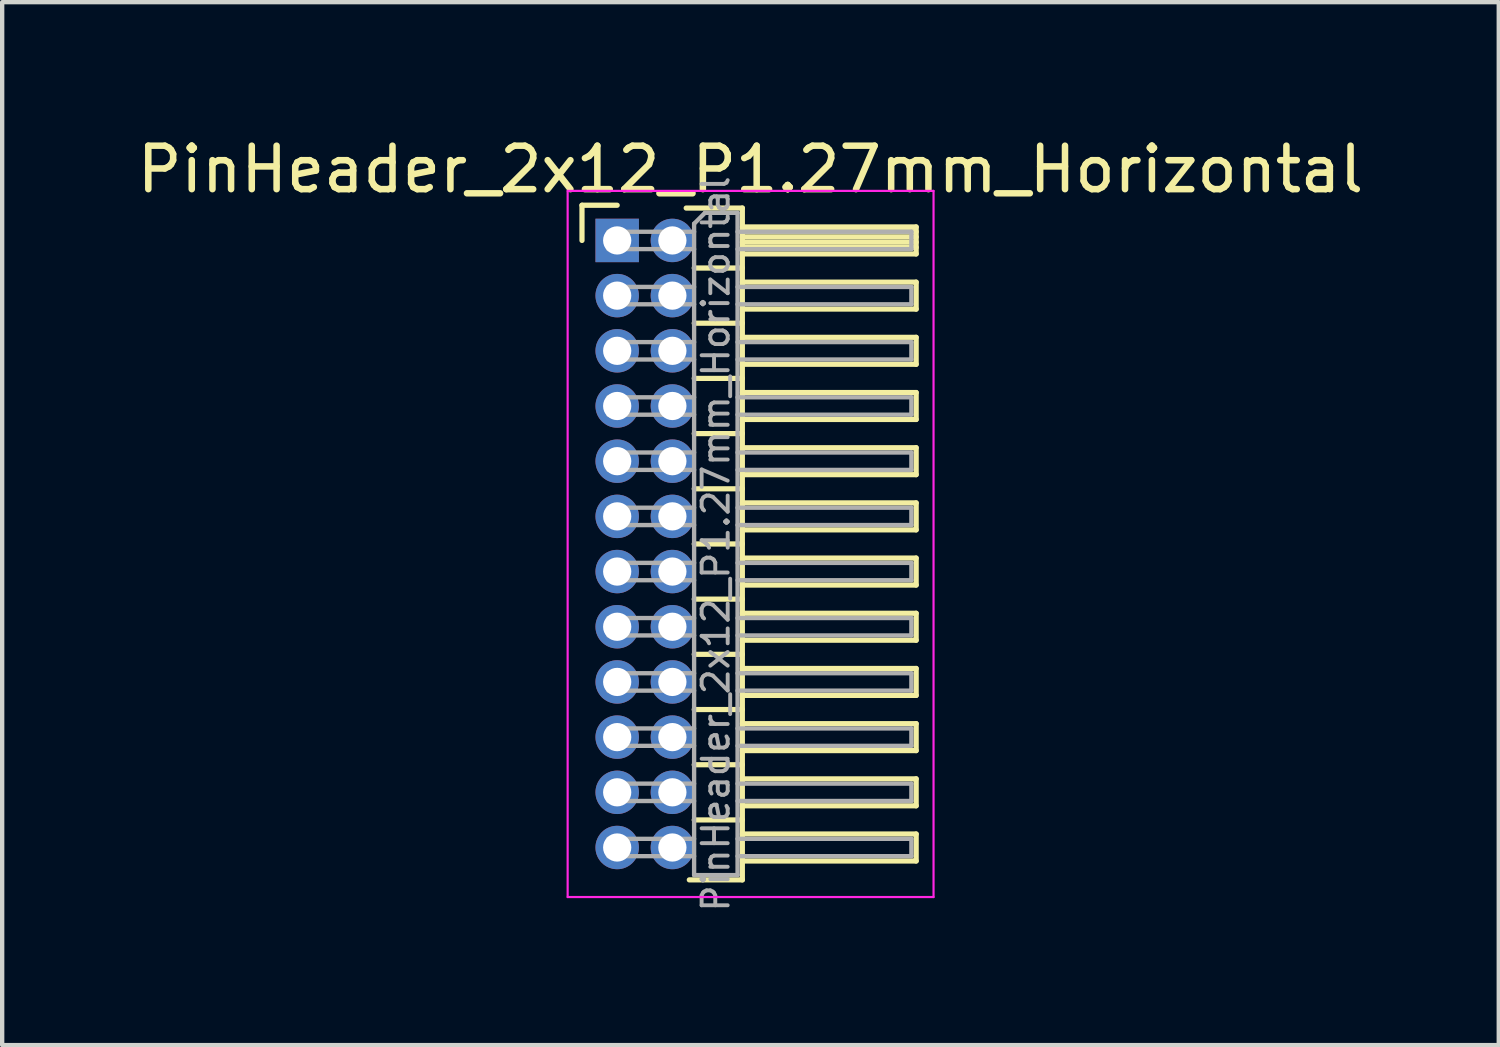
<source format=kicad_pcb>
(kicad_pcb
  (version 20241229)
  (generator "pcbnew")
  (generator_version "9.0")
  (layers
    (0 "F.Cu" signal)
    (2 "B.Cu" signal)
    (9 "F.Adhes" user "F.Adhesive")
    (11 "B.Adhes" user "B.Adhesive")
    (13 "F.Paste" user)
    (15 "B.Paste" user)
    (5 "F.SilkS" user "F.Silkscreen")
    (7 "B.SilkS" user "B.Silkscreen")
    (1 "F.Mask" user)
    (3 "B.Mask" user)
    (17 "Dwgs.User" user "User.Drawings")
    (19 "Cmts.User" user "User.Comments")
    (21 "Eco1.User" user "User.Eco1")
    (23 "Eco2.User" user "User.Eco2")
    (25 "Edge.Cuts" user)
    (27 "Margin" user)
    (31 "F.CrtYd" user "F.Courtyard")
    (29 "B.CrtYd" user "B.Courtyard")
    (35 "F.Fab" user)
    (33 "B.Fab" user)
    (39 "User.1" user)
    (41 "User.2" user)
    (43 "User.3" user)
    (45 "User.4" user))
  (footprint "PinHeader_2x12_P1.27mm_Horizontal"
    (layer "F.Cu")
    (at 11.153 2.483)
    (property "Reference" "PinHeader_2x12_P1.27mm_Horizontal" (at 3.067 -1.635 0) (layer "F.SilkS") (effects (font (size 1 1) (thickness 0.15))))
    (attr through_hole)
    (fp_line (start -0.81 -0.81) (end 0 -0.81) (stroke (width 0.12) (type solid)) (layer "F.SilkS"))
    (fp_line (start -0.81 0) (end -0.81 -0.81) (stroke (width 0.12) (type solid)) (layer "F.SilkS"))
    (fp_line (start 1.588 -0.745) (end 2.88 -0.745) (stroke (width 0.12) (type solid)) (layer "F.SilkS"))
    (fp_line (start 1.773 0.635) (end 2.88 0.635) (stroke (width 0.12) (type solid)) (layer "F.SilkS"))
    (fp_line (start 1.773 1.905) (end 2.88 1.905) (stroke (width 0.12) (type solid)) (layer "F.SilkS"))
    (fp_line (start 1.773 3.175) (end 2.88 3.175) (stroke (width 0.12) (type solid)) (layer "F.SilkS"))
    (fp_line (start 1.773 4.445) (end 2.88 4.445) (stroke (width 0.12) (type solid)) (layer "F.SilkS"))
    (fp_line (start 1.773 5.715) (end 2.88 5.715) (stroke (width 0.12) (type solid)) (layer "F.SilkS"))
    (fp_line (start 1.773 6.985) (end 2.88 6.985) (stroke (width 0.12) (type solid)) (layer "F.SilkS"))
    (fp_line (start 1.773 8.255) (end 2.88 8.255) (stroke (width 0.12) (type solid)) (layer "F.SilkS"))
    (fp_line (start 1.773 9.525) (end 2.88 9.525) (stroke (width 0.12) (type solid)) (layer "F.SilkS"))
    (fp_line (start 1.773 10.795) (end 2.88 10.795) (stroke (width 0.12) (type solid)) (layer "F.SilkS"))
    (fp_line (start 1.773 12.065) (end 2.88 12.065) (stroke (width 0.12) (type solid)) (layer "F.SilkS"))
    (fp_line (start 1.773 13.335) (end 2.88 13.335) (stroke (width 0.12) (type solid)) (layer "F.SilkS"))
    (fp_line (start 2.88 -0.745) (end 2.88 14.715) (stroke (width 0.12) (type solid)) (layer "F.SilkS"))
    (fp_line (start 2.88 -0.31) (end 6.88 -0.31) (stroke (width 0.12) (type solid)) (layer "F.SilkS"))
    (fp_line (start 2.88 -0.2) (end 6.88 -0.2) (stroke (width 0.12) (type solid)) (layer "F.SilkS"))
    (fp_line (start 2.88 -0.08) (end 6.88 -0.08) (stroke (width 0.12) (type solid)) (layer "F.SilkS"))
    (fp_line (start 2.88 0.04) (end 6.88 0.04) (stroke (width 0.12) (type solid)) (layer "F.SilkS"))
    (fp_line (start 2.88 0.16) (end 6.88 0.16) (stroke (width 0.12) (type solid)) (layer "F.SilkS"))
    (fp_line (start 2.88 0.96) (end 6.88 0.96) (stroke (width 0.12) (type solid)) (layer "F.SilkS"))
    (fp_line (start 2.88 2.23) (end 6.88 2.23) (stroke (width 0.12) (type solid)) (layer "F.SilkS"))
    (fp_line (start 2.88 3.5) (end 6.88 3.5) (stroke (width 0.12) (type solid)) (layer "F.SilkS"))
    (fp_line (start 2.88 4.77) (end 6.88 4.77) (stroke (width 0.12) (type solid)) (layer "F.SilkS"))
    (fp_line (start 2.88 6.04) (end 6.88 6.04) (stroke (width 0.12) (type solid)) (layer "F.SilkS"))
    (fp_line (start 2.88 7.31) (end 6.88 7.31) (stroke (width 0.12) (type solid)) (layer "F.SilkS"))
    (fp_line (start 2.88 8.58) (end 6.88 8.58) (stroke (width 0.12) (type solid)) (layer "F.SilkS"))
    (fp_line (start 2.88 9.85) (end 6.88 9.85) (stroke (width 0.12) (type solid)) (layer "F.SilkS"))
    (fp_line (start 2.88 11.12) (end 6.88 11.12) (stroke (width 0.12) (type solid)) (layer "F.SilkS"))
    (fp_line (start 2.88 12.39) (end 6.88 12.39) (stroke (width 0.12) (type solid)) (layer "F.SilkS"))
    (fp_line (start 2.88 13.66) (end 6.88 13.66) (stroke (width 0.12) (type solid)) (layer "F.SilkS"))
    (fp_line (start 2.88 14.715) (end 1.66 14.715) (stroke (width 0.12) (type solid)) (layer "F.SilkS"))
    (fp_line (start 6.88 -0.31) (end 6.88 0.31) (stroke (width 0.12) (type solid)) (layer "F.SilkS"))
    (fp_line (start 6.88 0.31) (end 2.88 0.31) (stroke (width 0.12) (type solid)) (layer "F.SilkS"))
    (fp_line (start 6.88 0.96) (end 6.88 1.58) (stroke (width 0.12) (type solid)) (layer "F.SilkS"))
    (fp_line (start 6.88 1.58) (end 2.88 1.58) (stroke (width 0.12) (type solid)) (layer "F.SilkS"))
    (fp_line (start 6.88 2.23) (end 6.88 2.85) (stroke (width 0.12) (type solid)) (layer "F.SilkS"))
    (fp_line (start 6.88 2.85) (end 2.88 2.85) (stroke (width 0.12) (type solid)) (layer "F.SilkS"))
    (fp_line (start 6.88 3.5) (end 6.88 4.12) (stroke (width 0.12) (type solid)) (layer "F.SilkS"))
    (fp_line (start 6.88 4.12) (end 2.88 4.12) (stroke (width 0.12) (type solid)) (layer "F.SilkS"))
    (fp_line (start 6.88 4.77) (end 6.88 5.39) (stroke (width 0.12) (type solid)) (layer "F.SilkS"))
    (fp_line (start 6.88 5.39) (end 2.88 5.39) (stroke (width 0.12) (type solid)) (layer "F.SilkS"))
    (fp_line (start 6.88 6.04) (end 6.88 6.66) (stroke (width 0.12) (type solid)) (layer "F.SilkS"))
    (fp_line (start 6.88 6.66) (end 2.88 6.66) (stroke (width 0.12) (type solid)) (layer "F.SilkS"))
    (fp_line (start 6.88 7.31) (end 6.88 7.93) (stroke (width 0.12) (type solid)) (layer "F.SilkS"))
    (fp_line (start 6.88 7.93) (end 2.88 7.93) (stroke (width 0.12) (type solid)) (layer "F.SilkS"))
    (fp_line (start 6.88 8.58) (end 6.88 9.2) (stroke (width 0.12) (type solid)) (layer "F.SilkS"))
    (fp_line (start 6.88 9.2) (end 2.88 9.2) (stroke (width 0.12) (type solid)) (layer "F.SilkS"))
    (fp_line (start 6.88 9.85) (end 6.88 10.47) (stroke (width 0.12) (type solid)) (layer "F.SilkS"))
    (fp_line (start 6.88 10.47) (end 2.88 10.47) (stroke (width 0.12) (type solid)) (layer "F.SilkS"))
    (fp_line (start 6.88 11.12) (end 6.88 11.74) (stroke (width 0.12) (type solid)) (layer "F.SilkS"))
    (fp_line (start 6.88 11.74) (end 2.88 11.74) (stroke (width 0.12) (type solid)) (layer "F.SilkS"))
    (fp_line (start 6.88 12.39) (end 6.88 13.01) (stroke (width 0.12) (type solid)) (layer "F.SilkS"))
    (fp_line (start 6.88 13.01) (end 2.88 13.01) (stroke (width 0.12) (type solid)) (layer "F.SilkS"))
    (fp_line (start 6.88 13.66) (end 6.88 14.28) (stroke (width 0.12) (type solid)) (layer "F.SilkS"))
    (fp_line (start 6.88 14.28) (end 2.88 14.28) (stroke (width 0.12) (type solid)) (layer "F.SilkS"))
    (fp_line (start -1.14 -1.14) (end -1.14 15.11) (stroke (width 0.05) (type solid)) (layer "F.CrtYd"))
    (fp_line (start -1.14 15.11) (end 7.28 15.11) (stroke (width 0.05) (type solid)) (layer "F.CrtYd"))
    (fp_line (start 7.28 -1.14) (end -1.14 -1.14) (stroke (width 0.05) (type solid)) (layer "F.CrtYd"))
    (fp_line (start 7.28 15.11) (end 7.28 -1.14) (stroke (width 0.05) (type solid)) (layer "F.CrtYd"))
    (fp_line (start -0.2 -0.2) (end -0.2 0.2) (stroke (width 0.1) (type solid)) (layer "F.Fab"))
    (fp_line (start -0.2 -0.2) (end 1.77 -0.2) (stroke (width 0.1) (type solid)) (layer "F.Fab"))
    (fp_line (start -0.2 0.2) (end 1.77 0.2) (stroke (width 0.1) (type solid)) (layer "F.Fab"))
    (fp_line (start -0.2 1.07) (end -0.2 1.47) (stroke (width 0.1) (type solid)) (layer "F.Fab"))
    (fp_line (start -0.2 1.07) (end 1.77 1.07) (stroke (width 0.1) (type solid)) (layer "F.Fab"))
    (fp_line (start -0.2 1.47) (end 1.77 1.47) (stroke (width 0.1) (type solid)) (layer "F.Fab"))
    (fp_line (start -0.2 2.34) (end -0.2 2.74) (stroke (width 0.1) (type solid)) (layer "F.Fab"))
    (fp_line (start -0.2 2.34) (end 1.77 2.34) (stroke (width 0.1) (type solid)) (layer "F.Fab"))
    (fp_line (start -0.2 2.74) (end 1.77 2.74) (stroke (width 0.1) (type solid)) (layer "F.Fab"))
    (fp_line (start -0.2 3.61) (end -0.2 4.01) (stroke (width 0.1) (type solid)) (layer "F.Fab"))
    (fp_line (start -0.2 3.61) (end 1.77 3.61) (stroke (width 0.1) (type solid)) (layer "F.Fab"))
    (fp_line (start -0.2 4.01) (end 1.77 4.01) (stroke (width 0.1) (type solid)) (layer "F.Fab"))
    (fp_line (start -0.2 4.88) (end -0.2 5.28) (stroke (width 0.1) (type solid)) (layer "F.Fab"))
    (fp_line (start -0.2 4.88) (end 1.77 4.88) (stroke (width 0.1) (type solid)) (layer "F.Fab"))
    (fp_line (start -0.2 5.28) (end 1.77 5.28) (stroke (width 0.1) (type solid)) (layer "F.Fab"))
    (fp_line (start -0.2 6.15) (end -0.2 6.55) (stroke (width 0.1) (type solid)) (layer "F.Fab"))
    (fp_line (start -0.2 6.15) (end 1.77 6.15) (stroke (width 0.1) (type solid)) (layer "F.Fab"))
    (fp_line (start -0.2 6.55) (end 1.77 6.55) (stroke (width 0.1) (type solid)) (layer "F.Fab"))
    (fp_line (start -0.2 7.42) (end -0.2 7.82) (stroke (width 0.1) (type solid)) (layer "F.Fab"))
    (fp_line (start -0.2 7.42) (end 1.77 7.42) (stroke (width 0.1) (type solid)) (layer "F.Fab"))
    (fp_line (start -0.2 7.82) (end 1.77 7.82) (stroke (width 0.1) (type solid)) (layer "F.Fab"))
    (fp_line (start -0.2 8.69) (end -0.2 9.09) (stroke (width 0.1) (type solid)) (layer "F.Fab"))
    (fp_line (start -0.2 8.69) (end 1.77 8.69) (stroke (width 0.1) (type solid)) (layer "F.Fab"))
    (fp_line (start -0.2 9.09) (end 1.77 9.09) (stroke (width 0.1) (type solid)) (layer "F.Fab"))
    (fp_line (start -0.2 9.96) (end -0.2 10.36) (stroke (width 0.1) (type solid)) (layer "F.Fab"))
    (fp_line (start -0.2 9.96) (end 1.77 9.96) (stroke (width 0.1) (type solid)) (layer "F.Fab"))
    (fp_line (start -0.2 10.36) (end 1.77 10.36) (stroke (width 0.1) (type solid)) (layer "F.Fab"))
    (fp_line (start -0.2 11.23) (end -0.2 11.63) (stroke (width 0.1) (type solid)) (layer "F.Fab"))
    (fp_line (start -0.2 11.23) (end 1.77 11.23) (stroke (width 0.1) (type solid)) (layer "F.Fab"))
    (fp_line (start -0.2 11.63) (end 1.77 11.63) (stroke (width 0.1) (type solid)) (layer "F.Fab"))
    (fp_line (start -0.2 12.5) (end -0.2 12.9) (stroke (width 0.1) (type solid)) (layer "F.Fab"))
    (fp_line (start -0.2 12.5) (end 1.77 12.5) (stroke (width 0.1) (type solid)) (layer "F.Fab"))
    (fp_line (start -0.2 12.9) (end 1.77 12.9) (stroke (width 0.1) (type solid)) (layer "F.Fab"))
    (fp_line (start -0.2 13.77) (end -0.2 14.17) (stroke (width 0.1) (type solid)) (layer "F.Fab"))
    (fp_line (start -0.2 13.77) (end 1.77 13.77) (stroke (width 0.1) (type solid)) (layer "F.Fab"))
    (fp_line (start -0.2 14.17) (end 1.77 14.17) (stroke (width 0.1) (type solid)) (layer "F.Fab"))
    (fp_line (start 1.77 -0.385) (end 2.02 -0.635) (stroke (width 0.1) (type solid)) (layer "F.Fab"))
    (fp_line (start 1.77 14.605) (end 1.77 -0.385) (stroke (width 0.1) (type solid)) (layer "F.Fab"))
    (fp_line (start 2.02 -0.635) (end 2.77 -0.635) (stroke (width 0.1) (type solid)) (layer "F.Fab"))
    (fp_line (start 2.77 -0.635) (end 2.77 14.605) (stroke (width 0.1) (type solid)) (layer "F.Fab"))
    (fp_line (start 2.77 -0.2) (end 6.77 -0.2) (stroke (width 0.1) (type solid)) (layer "F.Fab"))
    (fp_line (start 2.77 0.2) (end 6.77 0.2) (stroke (width 0.1) (type solid)) (layer "F.Fab"))
    (fp_line (start 2.77 1.07) (end 6.77 1.07) (stroke (width 0.1) (type solid)) (layer "F.Fab"))
    (fp_line (start 2.77 1.47) (end 6.77 1.47) (stroke (width 0.1) (type solid)) (layer "F.Fab"))
    (fp_line (start 2.77 2.34) (end 6.77 2.34) (stroke (width 0.1) (type solid)) (layer "F.Fab"))
    (fp_line (start 2.77 2.74) (end 6.77 2.74) (stroke (width 0.1) (type solid)) (layer "F.Fab"))
    (fp_line (start 2.77 3.61) (end 6.77 3.61) (stroke (width 0.1) (type solid)) (layer "F.Fab"))
    (fp_line (start 2.77 4.01) (end 6.77 4.01) (stroke (width 0.1) (type solid)) (layer "F.Fab"))
    (fp_line (start 2.77 4.88) (end 6.77 4.88) (stroke (width 0.1) (type solid)) (layer "F.Fab"))
    (fp_line (start 2.77 5.28) (end 6.77 5.28) (stroke (width 0.1) (type solid)) (layer "F.Fab"))
    (fp_line (start 2.77 6.15) (end 6.77 6.15) (stroke (width 0.1) (type solid)) (layer "F.Fab"))
    (fp_line (start 2.77 6.55) (end 6.77 6.55) (stroke (width 0.1) (type solid)) (layer "F.Fab"))
    (fp_line (start 2.77 7.42) (end 6.77 7.42) (stroke (width 0.1) (type solid)) (layer "F.Fab"))
    (fp_line (start 2.77 7.82) (end 6.77 7.82) (stroke (width 0.1) (type solid)) (layer "F.Fab"))
    (fp_line (start 2.77 8.69) (end 6.77 8.69) (stroke (width 0.1) (type solid)) (layer "F.Fab"))
    (fp_line (start 2.77 9.09) (end 6.77 9.09) (stroke (width 0.1) (type solid)) (layer "F.Fab"))
    (fp_line (start 2.77 9.96) (end 6.77 9.96) (stroke (width 0.1) (type solid)) (layer "F.Fab"))
    (fp_line (start 2.77 10.36) (end 6.77 10.36) (stroke (width 0.1) (type solid)) (layer "F.Fab"))
    (fp_line (start 2.77 11.23) (end 6.77 11.23) (stroke (width 0.1) (type solid)) (layer "F.Fab"))
    (fp_line (start 2.77 11.63) (end 6.77 11.63) (stroke (width 0.1) (type solid)) (layer "F.Fab"))
    (fp_line (start 2.77 12.5) (end 6.77 12.5) (stroke (width 0.1) (type solid)) (layer "F.Fab"))
    (fp_line (start 2.77 12.9) (end 6.77 12.9) (stroke (width 0.1) (type solid)) (layer "F.Fab"))
    (fp_line (start 2.77 13.77) (end 6.77 13.77) (stroke (width 0.1) (type solid)) (layer "F.Fab"))
    (fp_line (start 2.77 14.17) (end 6.77 14.17) (stroke (width 0.1) (type solid)) (layer "F.Fab"))
    (fp_line (start 2.77 14.605) (end 1.77 14.605) (stroke (width 0.1) (type solid)) (layer "F.Fab"))
    (fp_line (start 6.77 -0.2) (end 6.77 0.2) (stroke (width 0.1) (type solid)) (layer "F.Fab"))
    (fp_line (start 6.77 1.07) (end 6.77 1.47) (stroke (width 0.1) (type solid)) (layer "F.Fab"))
    (fp_line (start 6.77 2.34) (end 6.77 2.74) (stroke (width 0.1) (type solid)) (layer "F.Fab"))
    (fp_line (start 6.77 3.61) (end 6.77 4.01) (stroke (width 0.1) (type solid)) (layer "F.Fab"))
    (fp_line (start 6.77 4.88) (end 6.77 5.28) (stroke (width 0.1) (type solid)) (layer "F.Fab"))
    (fp_line (start 6.77 6.15) (end 6.77 6.55) (stroke (width 0.1) (type solid)) (layer "F.Fab"))
    (fp_line (start 6.77 7.42) (end 6.77 7.82) (stroke (width 0.1) (type solid)) (layer "F.Fab"))
    (fp_line (start 6.77 8.69) (end 6.77 9.09) (stroke (width 0.1) (type solid)) (layer "F.Fab"))
    (fp_line (start 6.77 9.96) (end 6.77 10.36) (stroke (width 0.1) (type solid)) (layer "F.Fab"))
    (fp_line (start 6.77 11.23) (end 6.77 11.63) (stroke (width 0.1) (type solid)) (layer "F.Fab"))
    (fp_line (start 6.77 12.5) (end 6.77 12.9) (stroke (width 0.1) (type solid)) (layer "F.Fab"))
    (fp_line (start 6.77 13.77) (end 6.77 14.17) (stroke (width 0.1) (type solid)) (layer "F.Fab"))
    (fp_text user "${REFERENCE}" (at 2.27 6.985 90) (layer "F.Fab") (effects (font (size 0.6 0.6) (thickness 0.09))))
    (pad "1" thru_hole rect (at 0 0) (size 1 1) (drill 0.65) (layers "*.Cu" "*.Mask"))
    (pad "2" thru_hole circle (at 1.27 0) (size 1 1) (drill 0.65) (layers "*.Cu" "*.Mask"))
    (pad "3" thru_hole circle (at 0 1.27) (size 1 1) (drill 0.65) (layers "*.Cu" "*.Mask"))
    (pad "4" thru_hole circle (at 1.27 1.27) (size 1 1) (drill 0.65) (layers "*.Cu" "*.Mask"))
    (pad "5" thru_hole circle (at 0 2.54) (size 1 1) (drill 0.65) (layers "*.Cu" "*.Mask"))
    (pad "6" thru_hole circle (at 1.27 2.54) (size 1 1) (drill 0.65) (layers "*.Cu" "*.Mask"))
    (pad "7" thru_hole circle (at 0 3.81) (size 1 1) (drill 0.65) (layers "*.Cu" "*.Mask"))
    (pad "8" thru_hole circle (at 1.27 3.81) (size 1 1) (drill 0.65) (layers "*.Cu" "*.Mask"))
    (pad "9" thru_hole circle (at 0 5.08) (size 1 1) (drill 0.65) (layers "*.Cu" "*.Mask"))
    (pad "10" thru_hole circle (at 1.27 5.08) (size 1 1) (drill 0.65) (layers "*.Cu" "*.Mask"))
    (pad "11" thru_hole circle (at 0 6.35) (size 1 1) (drill 0.65) (layers "*.Cu" "*.Mask"))
    (pad "12" thru_hole circle (at 1.27 6.35) (size 1 1) (drill 0.65) (layers "*.Cu" "*.Mask"))
    (pad "13" thru_hole circle (at 0 7.62) (size 1 1) (drill 0.65) (layers "*.Cu" "*.Mask"))
    (pad "14" thru_hole circle (at 1.27 7.62) (size 1 1) (drill 0.65) (layers "*.Cu" "*.Mask"))
    (pad "15" thru_hole circle (at 0 8.89) (size 1 1) (drill 0.65) (layers "*.Cu" "*.Mask"))
    (pad "16" thru_hole circle (at 1.27 8.89) (size 1 1) (drill 0.65) (layers "*.Cu" "*.Mask"))
    (pad "17" thru_hole circle (at 0 10.16) (size 1 1) (drill 0.65) (layers "*.Cu" "*.Mask"))
    (pad "18" thru_hole circle (at 1.27 10.16) (size 1 1) (drill 0.65) (layers "*.Cu" "*.Mask"))
    (pad "19" thru_hole circle (at 0 11.43) (size 1 1) (drill 0.65) (layers "*.Cu" "*.Mask"))
    (pad "20" thru_hole circle (at 1.27 11.43) (size 1 1) (drill 0.65) (layers "*.Cu" "*.Mask"))
    (pad "21" thru_hole circle (at 0 12.7) (size 1 1) (drill 0.65) (layers "*.Cu" "*.Mask"))
    (pad "22" thru_hole circle (at 1.27 12.7) (size 1 1) (drill 0.65) (layers "*.Cu" "*.Mask"))
    (pad "23" thru_hole circle (at 0 13.97) (size 1 1) (drill 0.65) (layers "*.Cu" "*.Mask"))
    (pad "24" thru_hole circle (at 1.27 13.97) (size 1 1) (drill 0.65) (layers "*.Cu" "*.Mask")))
  (gr_rect
    (start -3 -3)
    (end 31.44 21)
    (stroke (width 0.1) (type default))
    (fill no)
    (layer "Edge.Cuts")))
</source>
